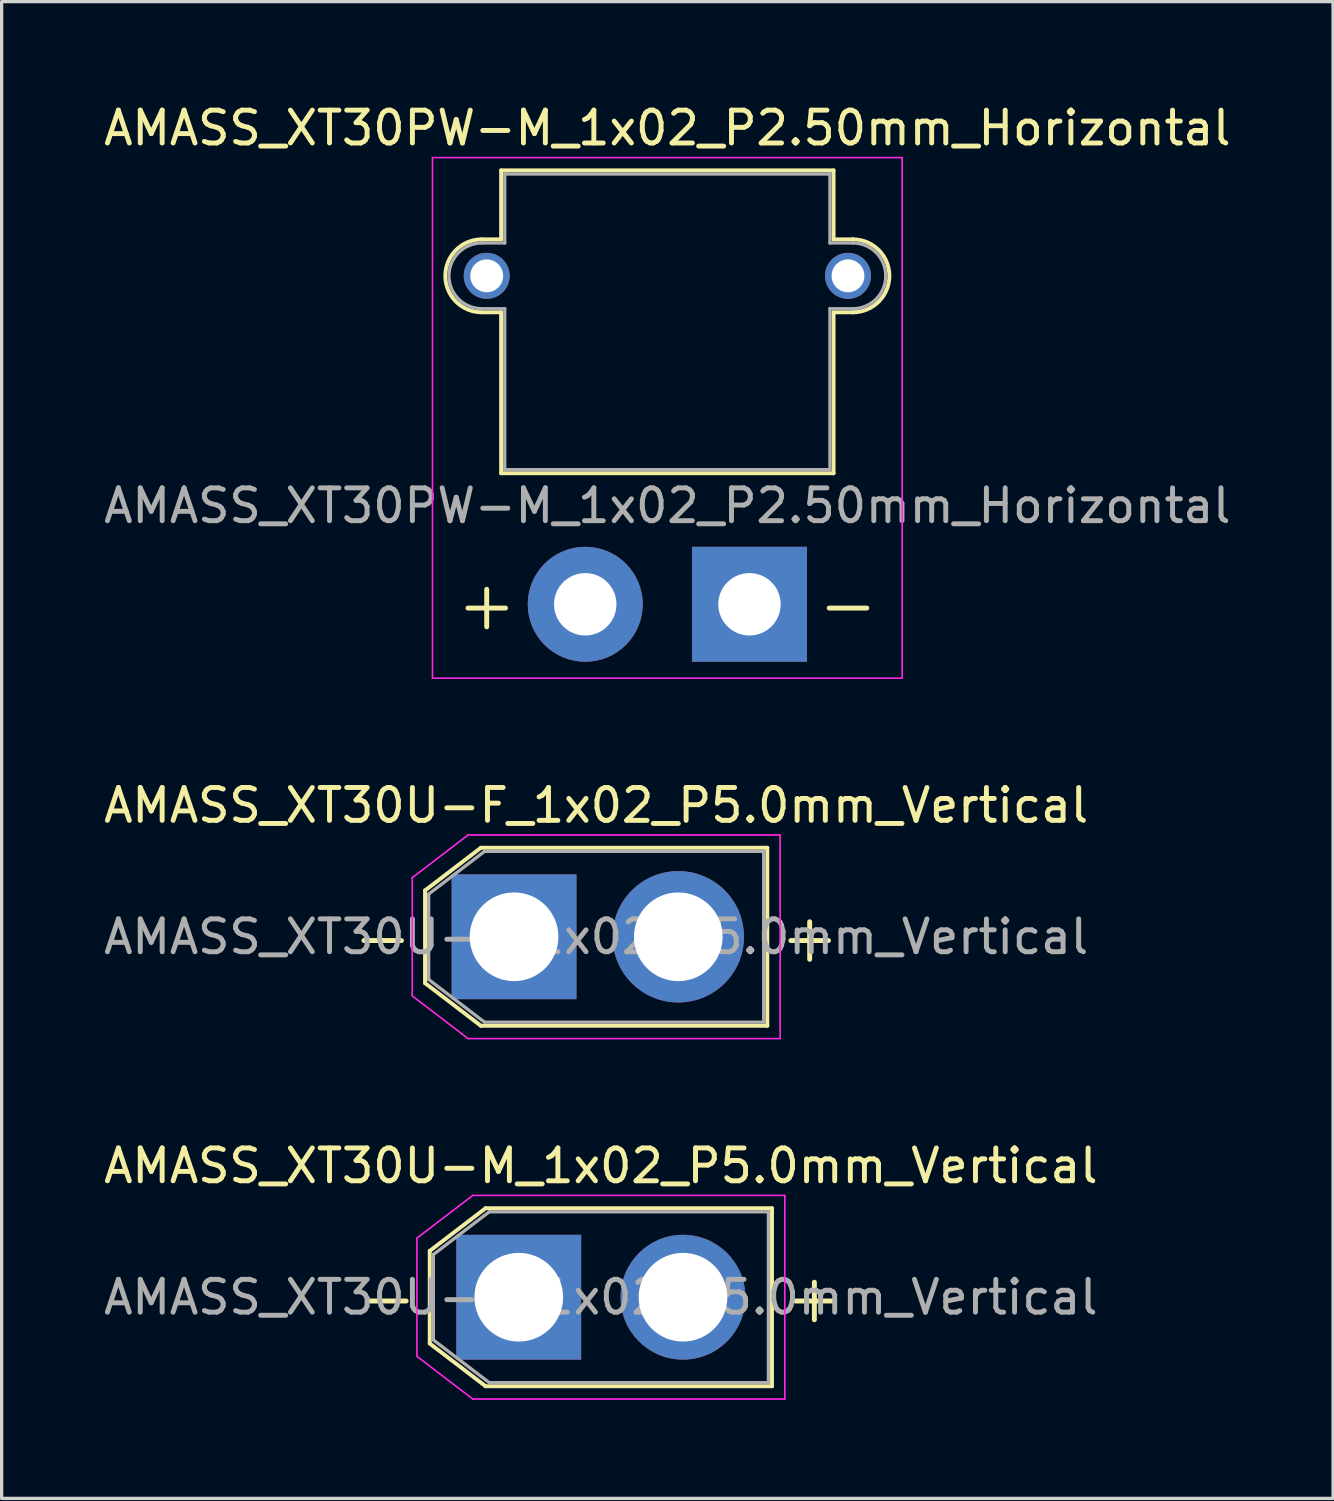
<source format=kicad_pcb>
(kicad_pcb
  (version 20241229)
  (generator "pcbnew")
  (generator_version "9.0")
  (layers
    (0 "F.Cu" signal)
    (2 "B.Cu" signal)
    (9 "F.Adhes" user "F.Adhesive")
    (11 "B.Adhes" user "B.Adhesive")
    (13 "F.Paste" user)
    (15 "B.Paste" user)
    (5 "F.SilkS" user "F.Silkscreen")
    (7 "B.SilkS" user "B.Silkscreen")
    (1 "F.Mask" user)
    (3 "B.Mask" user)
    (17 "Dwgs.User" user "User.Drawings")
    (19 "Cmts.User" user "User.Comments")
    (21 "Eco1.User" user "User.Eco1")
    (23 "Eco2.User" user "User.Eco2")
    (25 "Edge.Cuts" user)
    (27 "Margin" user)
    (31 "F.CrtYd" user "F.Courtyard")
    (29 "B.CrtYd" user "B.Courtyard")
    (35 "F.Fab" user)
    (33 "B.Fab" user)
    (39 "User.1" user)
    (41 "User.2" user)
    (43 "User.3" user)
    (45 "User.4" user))
  (footprint "AMASS_XT30U-M_1x02_P5.0mm_Vertical"
    (layer "F.Cu")
    (at 12.744 36.445)
    (property "Reference" "AMASS_XT30U-M_1x02_P5.0mm_Vertical" (at 2.5 -4 0) (layer "F.SilkS") (effects (font (size 1 1) (thickness 0.15))))
    (attr through_hole)
    (fp_line (start -2.71 -1.41) (end -2.71 1.41) (stroke (width 0.12) (type solid)) (layer "F.SilkS"))
    (fp_line (start -2.71 -1.41) (end -1.01 -2.71) (stroke (width 0.12) (type solid)) (layer "F.SilkS"))
    (fp_line (start -2.71 1.41) (end -1.01 2.71) (stroke (width 0.12) (type solid)) (layer "F.SilkS"))
    (fp_line (start -1.01 -2.71) (end 7.71 -2.71) (stroke (width 0.12) (type solid)) (layer "F.SilkS"))
    (fp_line (start -1.01 2.71) (end 7.71 2.71) (stroke (width 0.12) (type solid)) (layer "F.SilkS"))
    (fp_line (start 7.71 -2.71) (end 7.71 2.71) (stroke (width 0.12) (type solid)) (layer "F.SilkS"))
    (fp_line (start -3.1 -1.8) (end -3.1 1.8) (stroke (width 0.05) (type solid)) (layer "F.CrtYd"))
    (fp_line (start -3.1 -1.8) (end -1.4 -3.1) (stroke (width 0.05) (type solid)) (layer "F.CrtYd"))
    (fp_line (start -3.1 1.8) (end -1.4 3.1) (stroke (width 0.05) (type solid)) (layer "F.CrtYd"))
    (fp_line (start -1.4 -3.1) (end 8.1 -3.1) (stroke (width 0.05) (type solid)) (layer "F.CrtYd"))
    (fp_line (start -1.4 3.1) (end 8.1 3.1) (stroke (width 0.05) (type solid)) (layer "F.CrtYd"))
    (fp_line (start 8.1 -3.1) (end 8.1 3.1) (stroke (width 0.05) (type solid)) (layer "F.CrtYd"))
    (fp_line (start -2.6 -1.3) (end -2.6 1.3) (stroke (width 0.1) (type solid)) (layer "F.Fab"))
    (fp_line (start -2.6 -1.3) (end -0.9 -2.6) (stroke (width 0.1) (type solid)) (layer "F.Fab"))
    (fp_line (start -2.6 1.3) (end -0.9 2.6) (stroke (width 0.1) (type solid)) (layer "F.Fab"))
    (fp_line (start -0.9 -2.6) (end 7.6 -2.6) (stroke (width 0.1) (type solid)) (layer "F.Fab"))
    (fp_line (start -0.9 2.6) (end 7.6 2.6) (stroke (width 0.1) (type solid)) (layer "F.Fab"))
    (fp_line (start 7.6 -2.6) (end 7.6 2.6) (stroke (width 0.1) (type solid)) (layer "F.Fab"))
    (fp_text user "-" (at -4 0 0) (layer "F.SilkS") (effects (font (size 1.5 1.5) (thickness 0.15))))
    (fp_text user "+" (at 9 0 0) (layer "F.SilkS") (effects (font (size 1.5 1.5) (thickness 0.15))))
    (fp_text user "${REFERENCE}" (at 2.5 0 0) (layer "F.Fab") (effects (font (size 1 1) (thickness 0.15))))
    (pad "1" thru_hole rect (at 0 0) (size 3.8 3.8) (drill 2.7) (layers "*.Cu" "*.Mask"))
    (pad "2" thru_hole circle (at 5 0) (size 3.8 3.8) (drill 2.7) (layers "*.Cu" "*.Mask")))
  (footprint "AMASS_XT30U-F_1x02_P5.0mm_Vertical"
    (layer "F.Cu")
    (at 12.601 25.471)
    (property "Reference" "AMASS_XT30U-F_1x02_P5.0mm_Vertical" (at 2.5 -4 0) (layer "F.SilkS") (effects (font (size 1 1) (thickness 0.15))))
    (attr through_hole)
    (fp_line (start -2.71 -1.41) (end -2.71 1.41) (stroke (width 0.12) (type solid)) (layer "F.SilkS"))
    (fp_line (start -2.71 -1.41) (end -1.01 -2.71) (stroke (width 0.12) (type solid)) (layer "F.SilkS"))
    (fp_line (start -2.71 1.41) (end -1.01 2.71) (stroke (width 0.12) (type solid)) (layer "F.SilkS"))
    (fp_line (start -1.01 -2.71) (end 7.71 -2.71) (stroke (width 0.12) (type solid)) (layer "F.SilkS"))
    (fp_line (start -1.01 2.71) (end 7.71 2.71) (stroke (width 0.12) (type solid)) (layer "F.SilkS"))
    (fp_line (start 7.71 -2.71) (end 7.71 2.71) (stroke (width 0.12) (type solid)) (layer "F.SilkS"))
    (fp_line (start -3.1 -1.8) (end -3.1 1.8) (stroke (width 0.05) (type solid)) (layer "F.CrtYd"))
    (fp_line (start -3.1 -1.8) (end -1.4 -3.1) (stroke (width 0.05) (type solid)) (layer "F.CrtYd"))
    (fp_line (start -3.1 1.8) (end -1.4 3.1) (stroke (width 0.05) (type solid)) (layer "F.CrtYd"))
    (fp_line (start -1.4 -3.1) (end 8.1 -3.1) (stroke (width 0.05) (type solid)) (layer "F.CrtYd"))
    (fp_line (start -1.4 3.1) (end 8.1 3.1) (stroke (width 0.05) (type solid)) (layer "F.CrtYd"))
    (fp_line (start 8.1 -3.1) (end 8.1 3.1) (stroke (width 0.05) (type solid)) (layer "F.CrtYd"))
    (fp_line (start -2.6 -1.3) (end -2.6 1.3) (stroke (width 0.1) (type solid)) (layer "F.Fab"))
    (fp_line (start -2.6 -1.3) (end -0.9 -2.6) (stroke (width 0.1) (type solid)) (layer "F.Fab"))
    (fp_line (start -2.6 1.3) (end -0.9 2.6) (stroke (width 0.1) (type solid)) (layer "F.Fab"))
    (fp_line (start -0.9 -2.6) (end 7.6 -2.6) (stroke (width 0.1) (type solid)) (layer "F.Fab"))
    (fp_line (start -0.9 2.6) (end 7.6 2.6) (stroke (width 0.1) (type solid)) (layer "F.Fab"))
    (fp_line (start 7.6 -2.6) (end 7.6 2.6) (stroke (width 0.1) (type solid)) (layer "F.Fab"))
    (fp_text user "+" (at 9 0 0) (layer "F.SilkS") (effects (font (size 1.5 1.5) (thickness 0.15))))
    (fp_text user "-" (at -4 0 0) (layer "F.SilkS") (effects (font (size 1.5 1.5) (thickness 0.15))))
    (fp_text user "${REFERENCE}" (at 2.5 0 0) (layer "F.Fab") (effects (font (size 1 1) (thickness 0.15))))
    (pad "1" thru_hole rect (at 0 0) (size 3.8 3.8) (drill 2.7) (layers "*.Cu" "*.Mask"))
    (pad "2" thru_hole circle (at 5 0) (size 4 4) (drill 2.7) (layers "*.Cu" "*.Mask")))
  (footprint "AMASS_XT30PW-M_1x02_P2.50mm_Horizontal"
    (layer "F.Cu")
    (at 19.768 15.348)
    (property "Reference" "AMASS_XT30PW-M_1x02_P2.50mm_Horizontal" (at -2.5 -14.5 0) (layer "F.SilkS") (effects (font (size 1 1) (thickness 0.15))))
    (attr through_hole)
    (fp_line (start -8.15 -11.11) (end -7.56 -11.11) (stroke (width 0.12) (type solid)) (layer "F.SilkS"))
    (fp_line (start -8.15 -8.89) (end -7.56 -8.89) (stroke (width 0.12) (type solid)) (layer "F.SilkS"))
    (fp_line (start -7.56 -13.21) (end -7.56 -11.11) (stroke (width 0.12) (type solid)) (layer "F.SilkS"))
    (fp_line (start -7.56 -13.21) (end 2.56 -13.21) (stroke (width 0.12) (type solid)) (layer "F.SilkS"))
    (fp_line (start -7.56 -8.89) (end -7.56 -3.99) (stroke (width 0.12) (type solid)) (layer "F.SilkS"))
    (fp_line (start -7.56 -3.99) (end 2.56 -3.99) (stroke (width 0.12) (type solid)) (layer "F.SilkS"))
    (fp_line (start 2.56 -13.21) (end 2.56 -11.11) (stroke (width 0.12) (type solid)) (layer "F.SilkS"))
    (fp_line (start 2.56 -11.11) (end 3.15 -11.11) (stroke (width 0.12) (type solid)) (layer "F.SilkS"))
    (fp_line (start 2.56 -8.89) (end 2.56 -3.99) (stroke (width 0.12) (type solid)) (layer "F.SilkS"))
    (fp_line (start 2.56 -8.89) (end 3.15 -8.89) (stroke (width 0.12) (type solid)) (layer "F.SilkS"))
    (fp_arc (start -8.15 -8.89) (mid -9.26 -10) (end -8.15 -11.11) (stroke (width 0.12) (type solid)) (layer "F.SilkS"))
    (fp_arc (start 3.15 -11.11) (mid 4.26 -10) (end 3.15 -8.89) (stroke (width 0.12) (type solid)) (layer "F.SilkS"))
    (fp_line (start -9.65 -13.6) (end -9.65 2.25) (stroke (width 0.05) (type solid)) (layer "F.CrtYd"))
    (fp_line (start -9.65 -13.6) (end 4.65 -13.6) (stroke (width 0.05) (type solid)) (layer "F.CrtYd"))
    (fp_line (start -9.65 2.25) (end 4.65 2.25) (stroke (width 0.05) (type solid)) (layer "F.CrtYd"))
    (fp_line (start 4.65 -13.6) (end 4.65 2.25) (stroke (width 0.05) (type solid)) (layer "F.CrtYd"))
    (fp_line (start -8.15 -11) (end -7.45 -11) (stroke (width 0.1) (type solid)) (layer "F.Fab"))
    (fp_line (start -8.15 -9) (end -7.45 -9) (stroke (width 0.1) (type solid)) (layer "F.Fab"))
    (fp_line (start -7.45 -13.1) (end -7.45 -11) (stroke (width 0.1) (type solid)) (layer "F.Fab"))
    (fp_line (start -7.45 -13.1) (end 2.45 -13.1) (stroke (width 0.1) (type solid)) (layer "F.Fab"))
    (fp_line (start -7.45 -9) (end -7.45 -4.1) (stroke (width 0.1) (type solid)) (layer "F.Fab"))
    (fp_line (start -7.45 -4.1) (end 2.45 -4.1) (stroke (width 0.1) (type solid)) (layer "F.Fab"))
    (fp_line (start 2.45 -13.1) (end 2.45 -11) (stroke (width 0.1) (type solid)) (layer "F.Fab"))
    (fp_line (start 2.45 -11) (end 3.15 -11) (stroke (width 0.1) (type solid)) (layer "F.Fab"))
    (fp_line (start 2.45 -9) (end 2.45 -4.1) (stroke (width 0.1) (type solid)) (layer "F.Fab"))
    (fp_line (start 2.45 -9) (end 3.15 -9) (stroke (width 0.1) (type solid)) (layer "F.Fab"))
    (fp_arc (start -8.15 -9) (mid -9.15 -10) (end -8.15 -11) (stroke (width 0.1) (type solid)) (layer "F.Fab"))
    (fp_arc (start 3.15 -11) (mid 4.15 -10) (end 3.15 -9) (stroke (width 0.1) (type solid)) (layer "F.Fab"))
    (fp_text user "-" (at 3 0 0) (layer "F.SilkS") (effects (font (size 1.5 1.5) (thickness 0.15))))
    (fp_text user "+" (at -8 0 0) (layer "F.SilkS") (effects (font (size 1.5 1.5) (thickness 0.15))))
    (fp_text user "${REFERENCE}" (at -2.5 -3 0) (layer "F.Fab") (effects (font (size 1 1) (thickness 0.15))))
    (pad "" thru_hole circle (at -8 -10) (size 1.4 1.4) (drill 1) (layers "*.Cu" "*.Mask"))
    (pad "" thru_hole circle (at 3 -10) (size 1.4 1.4) (drill 1) (layers "*.Cu" "*.Mask"))
    (pad "1" thru_hole rect (at 0 0) (size 3.5 3.5) (drill 1.9) (layers "*.Cu" "*.Mask"))
    (pad "2" thru_hole circle (at -5 0) (size 3.5 3.5) (drill 1.9) (layers "*.Cu" "*.Mask")))
  (gr_rect
    (start -3 -3)
    (end 37.536 42.57)
    (stroke (width 0.1) (type default))
    (fill no)
    (layer "Edge.Cuts")))
</source>
